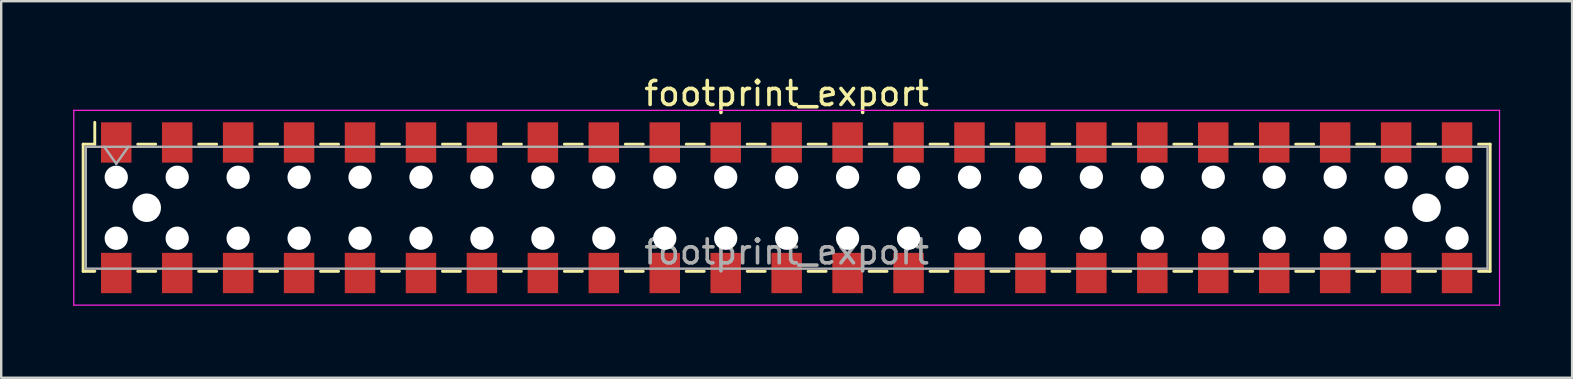
<source format=kicad_pcb>
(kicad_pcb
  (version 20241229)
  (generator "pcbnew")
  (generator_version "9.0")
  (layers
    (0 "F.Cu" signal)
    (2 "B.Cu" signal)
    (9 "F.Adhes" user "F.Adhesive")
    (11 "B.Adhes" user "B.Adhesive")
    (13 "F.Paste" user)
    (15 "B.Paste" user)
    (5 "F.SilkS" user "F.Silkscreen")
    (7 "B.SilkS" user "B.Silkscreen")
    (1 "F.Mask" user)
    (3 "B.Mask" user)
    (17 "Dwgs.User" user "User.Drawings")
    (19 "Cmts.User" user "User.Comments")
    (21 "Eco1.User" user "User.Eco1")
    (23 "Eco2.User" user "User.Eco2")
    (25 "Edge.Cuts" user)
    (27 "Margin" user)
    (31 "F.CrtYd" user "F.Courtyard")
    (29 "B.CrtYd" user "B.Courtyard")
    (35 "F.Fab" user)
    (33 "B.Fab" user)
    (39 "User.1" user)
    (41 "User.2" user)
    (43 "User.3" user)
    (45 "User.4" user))
  (footprint "footprint_export"
    (layer "F.Cu")
    (at 29.735 5.608)
    (property "Reference" "footprint_export" (at 0 -4.76 0) (layer "F.SilkS") (effects (font (size 1 1) (thickness 0.15))))
    (attr smd)
    (fp_line (start -29.32 -2.65) (end -29.32 2.65) (stroke (width 0.12) (type solid)) (layer "F.SilkS"))
    (fp_line (start -29.32 2.65) (end -28.835 2.65) (stroke (width 0.12) (type solid)) (layer "F.SilkS"))
    (fp_line (start -28.835 -3.56) (end -28.835 -2.65) (stroke (width 0.12) (type solid)) (layer "F.SilkS"))
    (fp_line (start -28.835 -2.65) (end -29.32 -2.65) (stroke (width 0.12) (type solid)) (layer "F.SilkS"))
    (fp_line (start -27.045 -2.65) (end -26.295 -2.65) (stroke (width 0.12) (type solid)) (layer "F.SilkS"))
    (fp_line (start -27.045 2.65) (end -26.295 2.65) (stroke (width 0.12) (type solid)) (layer "F.SilkS"))
    (fp_line (start -24.505 -2.65) (end -23.755 -2.65) (stroke (width 0.12) (type solid)) (layer "F.SilkS"))
    (fp_line (start -24.505 2.65) (end -23.755 2.65) (stroke (width 0.12) (type solid)) (layer "F.SilkS"))
    (fp_line (start -21.965 -2.65) (end -21.215 -2.65) (stroke (width 0.12) (type solid)) (layer "F.SilkS"))
    (fp_line (start -21.965 2.65) (end -21.215 2.65) (stroke (width 0.12) (type solid)) (layer "F.SilkS"))
    (fp_line (start -19.425 -2.65) (end -18.675 -2.65) (stroke (width 0.12) (type solid)) (layer "F.SilkS"))
    (fp_line (start -19.425 2.65) (end -18.675 2.65) (stroke (width 0.12) (type solid)) (layer "F.SilkS"))
    (fp_line (start -16.885 -2.65) (end -16.135 -2.65) (stroke (width 0.12) (type solid)) (layer "F.SilkS"))
    (fp_line (start -16.885 2.65) (end -16.135 2.65) (stroke (width 0.12) (type solid)) (layer "F.SilkS"))
    (fp_line (start -14.345 -2.65) (end -13.595 -2.65) (stroke (width 0.12) (type solid)) (layer "F.SilkS"))
    (fp_line (start -14.345 2.65) (end -13.595 2.65) (stroke (width 0.12) (type solid)) (layer "F.SilkS"))
    (fp_line (start -11.805 -2.65) (end -11.055 -2.65) (stroke (width 0.12) (type solid)) (layer "F.SilkS"))
    (fp_line (start -11.805 2.65) (end -11.055 2.65) (stroke (width 0.12) (type solid)) (layer "F.SilkS"))
    (fp_line (start -9.265 -2.65) (end -8.515 -2.65) (stroke (width 0.12) (type solid)) (layer "F.SilkS"))
    (fp_line (start -9.265 2.65) (end -8.515 2.65) (stroke (width 0.12) (type solid)) (layer "F.SilkS"))
    (fp_line (start -6.725 -2.65) (end -5.975 -2.65) (stroke (width 0.12) (type solid)) (layer "F.SilkS"))
    (fp_line (start -6.725 2.65) (end -5.975 2.65) (stroke (width 0.12) (type solid)) (layer "F.SilkS"))
    (fp_line (start -4.185 -2.65) (end -3.435 -2.65) (stroke (width 0.12) (type solid)) (layer "F.SilkS"))
    (fp_line (start -4.185 2.65) (end -3.435 2.65) (stroke (width 0.12) (type solid)) (layer "F.SilkS"))
    (fp_line (start -1.645 -2.65) (end -0.895 -2.65) (stroke (width 0.12) (type solid)) (layer "F.SilkS"))
    (fp_line (start -1.645 2.65) (end -0.895 2.65) (stroke (width 0.12) (type solid)) (layer "F.SilkS"))
    (fp_line (start 0.895 -2.65) (end 1.645 -2.65) (stroke (width 0.12) (type solid)) (layer "F.SilkS"))
    (fp_line (start 0.895 2.65) (end 1.645 2.65) (stroke (width 0.12) (type solid)) (layer "F.SilkS"))
    (fp_line (start 3.435 -2.65) (end 4.185 -2.65) (stroke (width 0.12) (type solid)) (layer "F.SilkS"))
    (fp_line (start 3.435 2.65) (end 4.185 2.65) (stroke (width 0.12) (type solid)) (layer "F.SilkS"))
    (fp_line (start 5.975 -2.65) (end 6.725 -2.65) (stroke (width 0.12) (type solid)) (layer "F.SilkS"))
    (fp_line (start 5.975 2.65) (end 6.725 2.65) (stroke (width 0.12) (type solid)) (layer "F.SilkS"))
    (fp_line (start 8.515 -2.65) (end 9.265 -2.65) (stroke (width 0.12) (type solid)) (layer "F.SilkS"))
    (fp_line (start 8.515 2.65) (end 9.265 2.65) (stroke (width 0.12) (type solid)) (layer "F.SilkS"))
    (fp_line (start 11.055 -2.65) (end 11.805 -2.65) (stroke (width 0.12) (type solid)) (layer "F.SilkS"))
    (fp_line (start 11.055 2.65) (end 11.805 2.65) (stroke (width 0.12) (type solid)) (layer "F.SilkS"))
    (fp_line (start 13.595 -2.65) (end 14.345 -2.65) (stroke (width 0.12) (type solid)) (layer "F.SilkS"))
    (fp_line (start 13.595 2.65) (end 14.345 2.65) (stroke (width 0.12) (type solid)) (layer "F.SilkS"))
    (fp_line (start 16.135 -2.65) (end 16.885 -2.65) (stroke (width 0.12) (type solid)) (layer "F.SilkS"))
    (fp_line (start 16.135 2.65) (end 16.885 2.65) (stroke (width 0.12) (type solid)) (layer "F.SilkS"))
    (fp_line (start 18.675 -2.65) (end 19.425 -2.65) (stroke (width 0.12) (type solid)) (layer "F.SilkS"))
    (fp_line (start 18.675 2.65) (end 19.425 2.65) (stroke (width 0.12) (type solid)) (layer "F.SilkS"))
    (fp_line (start 21.215 -2.65) (end 21.965 -2.65) (stroke (width 0.12) (type solid)) (layer "F.SilkS"))
    (fp_line (start 21.215 2.65) (end 21.965 2.65) (stroke (width 0.12) (type solid)) (layer "F.SilkS"))
    (fp_line (start 23.755 -2.65) (end 24.505 -2.65) (stroke (width 0.12) (type solid)) (layer "F.SilkS"))
    (fp_line (start 23.755 2.65) (end 24.505 2.65) (stroke (width 0.12) (type solid)) (layer "F.SilkS"))
    (fp_line (start 26.295 -2.65) (end 27.045 -2.65) (stroke (width 0.12) (type solid)) (layer "F.SilkS"))
    (fp_line (start 26.295 2.65) (end 27.045 2.65) (stroke (width 0.12) (type solid)) (layer "F.SilkS"))
    (fp_line (start 28.835 -2.65) (end 29.32 -2.65) (stroke (width 0.12) (type solid)) (layer "F.SilkS"))
    (fp_line (start 29.32 -2.65) (end 29.32 2.65) (stroke (width 0.12) (type solid)) (layer "F.SilkS"))
    (fp_line (start 29.32 2.65) (end 28.835 2.65) (stroke (width 0.12) (type solid)) (layer "F.SilkS"))
    (fp_line (start -29.71 -4.06) (end 29.71 -4.06) (stroke (width 0.05) (type solid)) (layer "F.CrtYd"))
    (fp_line (start -29.71 4.06) (end -29.71 -4.06) (stroke (width 0.05) (type solid)) (layer "F.CrtYd"))
    (fp_line (start 29.71 -4.06) (end 29.71 4.06) (stroke (width 0.05) (type solid)) (layer "F.CrtYd"))
    (fp_line (start 29.71 4.06) (end -29.71 4.06) (stroke (width 0.05) (type solid)) (layer "F.CrtYd"))
    (fp_line (start -29.21 -2.54) (end 29.21 -2.54) (stroke (width 0.1) (type solid)) (layer "F.Fab"))
    (fp_line (start -29.21 2.54) (end -29.21 -2.54) (stroke (width 0.1) (type solid)) (layer "F.Fab"))
    (fp_line (start -28.44 -2.54) (end -27.94 -1.833) (stroke (width 0.1) (type solid)) (layer "F.Fab"))
    (fp_line (start -27.94 -1.833) (end -27.44 -2.54) (stroke (width 0.1) (type solid)) (layer "F.Fab"))
    (fp_line (start 29.21 -2.54) (end 29.21 2.54) (stroke (width 0.1) (type solid)) (layer "F.Fab"))
    (fp_line (start 29.21 2.54) (end -29.21 2.54) (stroke (width 0.1) (type solid)) (layer "F.Fab"))
    (fp_text user "${REFERENCE}" (at 0 1.84 0) (layer "F.Fab") (effects (font (size 1 1) (thickness 0.15))))
    (pad "" np_thru_hole circle (at -27.94 -1.27) (size 0.97 0.97) (drill 0.97) (layers "*.Cu" "*.Mask"))
    (pad "" np_thru_hole circle (at -27.94 1.27) (size 0.97 0.97) (drill 0.97) (layers "*.Cu" "*.Mask"))
    (pad "" np_thru_hole circle (at -26.67 0) (size 1.19 1.19) (drill 1.19) (layers "*.Cu" "*.Mask"))
    (pad "" np_thru_hole circle (at -25.4 -1.27) (size 0.97 0.97) (drill 0.97) (layers "*.Cu" "*.Mask"))
    (pad "" np_thru_hole circle (at -25.4 1.27) (size 0.97 0.97) (drill 0.97) (layers "*.Cu" "*.Mask"))
    (pad "" np_thru_hole circle (at -22.86 -1.27) (size 0.97 0.97) (drill 0.97) (layers "*.Cu" "*.Mask"))
    (pad "" np_thru_hole circle (at -22.86 1.27) (size 0.97 0.97) (drill 0.97) (layers "*.Cu" "*.Mask"))
    (pad "" np_thru_hole circle (at -20.32 -1.27) (size 0.97 0.97) (drill 0.97) (layers "*.Cu" "*.Mask"))
    (pad "" np_thru_hole circle (at -20.32 1.27) (size 0.97 0.97) (drill 0.97) (layers "*.Cu" "*.Mask"))
    (pad "" np_thru_hole circle (at -17.78 -1.27) (size 0.97 0.97) (drill 0.97) (layers "*.Cu" "*.Mask"))
    (pad "" np_thru_hole circle (at -17.78 1.27) (size 0.97 0.97) (drill 0.97) (layers "*.Cu" "*.Mask"))
    (pad "" np_thru_hole circle (at -15.24 -1.27) (size 0.97 0.97) (drill 0.97) (layers "*.Cu" "*.Mask"))
    (pad "" np_thru_hole circle (at -15.24 1.27) (size 0.97 0.97) (drill 0.97) (layers "*.Cu" "*.Mask"))
    (pad "" np_thru_hole circle (at -12.7 -1.27) (size 0.97 0.97) (drill 0.97) (layers "*.Cu" "*.Mask"))
    (pad "" np_thru_hole circle (at -12.7 1.27) (size 0.97 0.97) (drill 0.97) (layers "*.Cu" "*.Mask"))
    (pad "" np_thru_hole circle (at -10.16 -1.27) (size 0.97 0.97) (drill 0.97) (layers "*.Cu" "*.Mask"))
    (pad "" np_thru_hole circle (at -10.16 1.27) (size 0.97 0.97) (drill 0.97) (layers "*.Cu" "*.Mask"))
    (pad "" np_thru_hole circle (at -7.62 -1.27) (size 0.97 0.97) (drill 0.97) (layers "*.Cu" "*.Mask"))
    (pad "" np_thru_hole circle (at -7.62 1.27) (size 0.97 0.97) (drill 0.97) (layers "*.Cu" "*.Mask"))
    (pad "" np_thru_hole circle (at -5.08 -1.27) (size 0.97 0.97) (drill 0.97) (layers "*.Cu" "*.Mask"))
    (pad "" np_thru_hole circle (at -5.08 1.27) (size 0.97 0.97) (drill 0.97) (layers "*.Cu" "*.Mask"))
    (pad "" np_thru_hole circle (at -2.54 -1.27) (size 0.97 0.97) (drill 0.97) (layers "*.Cu" "*.Mask"))
    (pad "" np_thru_hole circle (at -2.54 1.27) (size 0.97 0.97) (drill 0.97) (layers "*.Cu" "*.Mask"))
    (pad "" np_thru_hole circle (at 0 -1.27) (size 0.97 0.97) (drill 0.97) (layers "*.Cu" "*.Mask"))
    (pad "" np_thru_hole circle (at 0 1.27) (size 0.97 0.97) (drill 0.97) (layers "*.Cu" "*.Mask"))
    (pad "" np_thru_hole circle (at 2.54 -1.27) (size 0.97 0.97) (drill 0.97) (layers "*.Cu" "*.Mask"))
    (pad "" np_thru_hole circle (at 2.54 1.27) (size 0.97 0.97) (drill 0.97) (layers "*.Cu" "*.Mask"))
    (pad "" np_thru_hole circle (at 5.08 -1.27) (size 0.97 0.97) (drill 0.97) (layers "*.Cu" "*.Mask"))
    (pad "" np_thru_hole circle (at 5.08 1.27) (size 0.97 0.97) (drill 0.97) (layers "*.Cu" "*.Mask"))
    (pad "" np_thru_hole circle (at 7.62 -1.27) (size 0.97 0.97) (drill 0.97) (layers "*.Cu" "*.Mask"))
    (pad "" np_thru_hole circle (at 7.62 1.27) (size 0.97 0.97) (drill 0.97) (layers "*.Cu" "*.Mask"))
    (pad "" np_thru_hole circle (at 10.16 -1.27) (size 0.97 0.97) (drill 0.97) (layers "*.Cu" "*.Mask"))
    (pad "" np_thru_hole circle (at 10.16 1.27) (size 0.97 0.97) (drill 0.97) (layers "*.Cu" "*.Mask"))
    (pad "" np_thru_hole circle (at 12.7 -1.27) (size 0.97 0.97) (drill 0.97) (layers "*.Cu" "*.Mask"))
    (pad "" np_thru_hole circle (at 12.7 1.27) (size 0.97 0.97) (drill 0.97) (layers "*.Cu" "*.Mask"))
    (pad "" np_thru_hole circle (at 15.24 -1.27) (size 0.97 0.97) (drill 0.97) (layers "*.Cu" "*.Mask"))
    (pad "" np_thru_hole circle (at 15.24 1.27) (size 0.97 0.97) (drill 0.97) (layers "*.Cu" "*.Mask"))
    (pad "" np_thru_hole circle (at 17.78 -1.27) (size 0.97 0.97) (drill 0.97) (layers "*.Cu" "*.Mask"))
    (pad "" np_thru_hole circle (at 17.78 1.27) (size 0.97 0.97) (drill 0.97) (layers "*.Cu" "*.Mask"))
    (pad "" np_thru_hole circle (at 20.32 -1.27) (size 0.97 0.97) (drill 0.97) (layers "*.Cu" "*.Mask"))
    (pad "" np_thru_hole circle (at 20.32 1.27) (size 0.97 0.97) (drill 0.97) (layers "*.Cu" "*.Mask"))
    (pad "" np_thru_hole circle (at 22.86 -1.27) (size 0.97 0.97) (drill 0.97) (layers "*.Cu" "*.Mask"))
    (pad "" np_thru_hole circle (at 22.86 1.27) (size 0.97 0.97) (drill 0.97) (layers "*.Cu" "*.Mask"))
    (pad "" np_thru_hole circle (at 25.4 -1.27) (size 0.97 0.97) (drill 0.97) (layers "*.Cu" "*.Mask"))
    (pad "" np_thru_hole circle (at 25.4 1.27) (size 0.97 0.97) (drill 0.97) (layers "*.Cu" "*.Mask"))
    (pad "" np_thru_hole circle (at 26.67 0) (size 1.19 1.19) (drill 1.19) (layers "*.Cu" "*.Mask"))
    (pad "" np_thru_hole circle (at 27.94 -1.27) (size 0.97 0.97) (drill 0.97) (layers "*.Cu" "*.Mask"))
    (pad "" np_thru_hole circle (at 27.94 1.27) (size 0.97 0.97) (drill 0.97) (layers "*.Cu" "*.Mask"))
    (pad "1" smd rect (at -27.94 -2.72) (size 1.27 1.68) (layers "F.Cu" "F.Mask" "F.Paste"))
    (pad "2" smd rect (at -27.94 2.72) (size 1.27 1.68) (layers "F.Cu" "F.Mask" "F.Paste"))
    (pad "3" smd rect (at -25.4 -2.72) (size 1.27 1.68) (layers "F.Cu" "F.Mask" "F.Paste"))
    (pad "4" smd rect (at -25.4 2.72) (size 1.27 1.68) (layers "F.Cu" "F.Mask" "F.Paste"))
    (pad "5" smd rect (at -22.86 -2.72) (size 1.27 1.68) (layers "F.Cu" "F.Mask" "F.Paste"))
    (pad "6" smd rect (at -22.86 2.72) (size 1.27 1.68) (layers "F.Cu" "F.Mask" "F.Paste"))
    (pad "7" smd rect (at -20.32 -2.72) (size 1.27 1.68) (layers "F.Cu" "F.Mask" "F.Paste"))
    (pad "8" smd rect (at -20.32 2.72) (size 1.27 1.68) (layers "F.Cu" "F.Mask" "F.Paste"))
    (pad "9" smd rect (at -17.78 -2.72) (size 1.27 1.68) (layers "F.Cu" "F.Mask" "F.Paste"))
    (pad "10" smd rect (at -17.78 2.72) (size 1.27 1.68) (layers "F.Cu" "F.Mask" "F.Paste"))
    (pad "11" smd rect (at -15.24 -2.72) (size 1.27 1.68) (layers "F.Cu" "F.Mask" "F.Paste"))
    (pad "12" smd rect (at -15.24 2.72) (size 1.27 1.68) (layers "F.Cu" "F.Mask" "F.Paste"))
    (pad "13" smd rect (at -12.7 -2.72) (size 1.27 1.68) (layers "F.Cu" "F.Mask" "F.Paste"))
    (pad "14" smd rect (at -12.7 2.72) (size 1.27 1.68) (layers "F.Cu" "F.Mask" "F.Paste"))
    (pad "15" smd rect (at -10.16 -2.72) (size 1.27 1.68) (layers "F.Cu" "F.Mask" "F.Paste"))
    (pad "16" smd rect (at -10.16 2.72) (size 1.27 1.68) (layers "F.Cu" "F.Mask" "F.Paste"))
    (pad "17" smd rect (at -7.62 -2.72) (size 1.27 1.68) (layers "F.Cu" "F.Mask" "F.Paste"))
    (pad "18" smd rect (at -7.62 2.72) (size 1.27 1.68) (layers "F.Cu" "F.Mask" "F.Paste"))
    (pad "19" smd rect (at -5.08 -2.72) (size 1.27 1.68) (layers "F.Cu" "F.Mask" "F.Paste"))
    (pad "20" smd rect (at -5.08 2.72) (size 1.27 1.68) (layers "F.Cu" "F.Mask" "F.Paste"))
    (pad "21" smd rect (at -2.54 -2.72) (size 1.27 1.68) (layers "F.Cu" "F.Mask" "F.Paste"))
    (pad "22" smd rect (at -2.54 2.72) (size 1.27 1.68) (layers "F.Cu" "F.Mask" "F.Paste"))
    (pad "23" smd rect (at 0 -2.72) (size 1.27 1.68) (layers "F.Cu" "F.Mask" "F.Paste"))
    (pad "24" smd rect (at 0 2.72) (size 1.27 1.68) (layers "F.Cu" "F.Mask" "F.Paste"))
    (pad "25" smd rect (at 2.54 -2.72) (size 1.27 1.68) (layers "F.Cu" "F.Mask" "F.Paste"))
    (pad "26" smd rect (at 2.54 2.72) (size 1.27 1.68) (layers "F.Cu" "F.Mask" "F.Paste"))
    (pad "27" smd rect (at 5.08 -2.72) (size 1.27 1.68) (layers "F.Cu" "F.Mask" "F.Paste"))
    (pad "28" smd rect (at 5.08 2.72) (size 1.27 1.68) (layers "F.Cu" "F.Mask" "F.Paste"))
    (pad "29" smd rect (at 7.62 -2.72) (size 1.27 1.68) (layers "F.Cu" "F.Mask" "F.Paste"))
    (pad "30" smd rect (at 7.62 2.72) (size 1.27 1.68) (layers "F.Cu" "F.Mask" "F.Paste"))
    (pad "31" smd rect (at 10.16 -2.72) (size 1.27 1.68) (layers "F.Cu" "F.Mask" "F.Paste"))
    (pad "32" smd rect (at 10.16 2.72) (size 1.27 1.68) (layers "F.Cu" "F.Mask" "F.Paste"))
    (pad "33" smd rect (at 12.7 -2.72) (size 1.27 1.68) (layers "F.Cu" "F.Mask" "F.Paste"))
    (pad "34" smd rect (at 12.7 2.72) (size 1.27 1.68) (layers "F.Cu" "F.Mask" "F.Paste"))
    (pad "35" smd rect (at 15.24 -2.72) (size 1.27 1.68) (layers "F.Cu" "F.Mask" "F.Paste"))
    (pad "36" smd rect (at 15.24 2.72) (size 1.27 1.68) (layers "F.Cu" "F.Mask" "F.Paste"))
    (pad "37" smd rect (at 17.78 -2.72) (size 1.27 1.68) (layers "F.Cu" "F.Mask" "F.Paste"))
    (pad "38" smd rect (at 17.78 2.72) (size 1.27 1.68) (layers "F.Cu" "F.Mask" "F.Paste"))
    (pad "39" smd rect (at 20.32 -2.72) (size 1.27 1.68) (layers "F.Cu" "F.Mask" "F.Paste"))
    (pad "40" smd rect (at 20.32 2.72) (size 1.27 1.68) (layers "F.Cu" "F.Mask" "F.Paste"))
    (pad "41" smd rect (at 22.86 -2.72) (size 1.27 1.68) (layers "F.Cu" "F.Mask" "F.Paste"))
    (pad "42" smd rect (at 22.86 2.72) (size 1.27 1.68) (layers "F.Cu" "F.Mask" "F.Paste"))
    (pad "43" smd rect (at 25.4 -2.72) (size 1.27 1.68) (layers "F.Cu" "F.Mask" "F.Paste"))
    (pad "44" smd rect (at 25.4 2.72) (size 1.27 1.68) (layers "F.Cu" "F.Mask" "F.Paste"))
    (pad "45" smd rect (at 27.94 -2.72) (size 1.27 1.68) (layers "F.Cu" "F.Mask" "F.Paste"))
    (pad "46" smd rect (at 27.94 2.72) (size 1.27 1.68) (layers "F.Cu" "F.Mask" "F.Paste")))
  (gr_rect
    (start -3 -3)
    (end 62.47 12.693)
    (stroke (width 0.1) (type default))
    (fill no)
    (layer "Edge.Cuts")))
</source>
